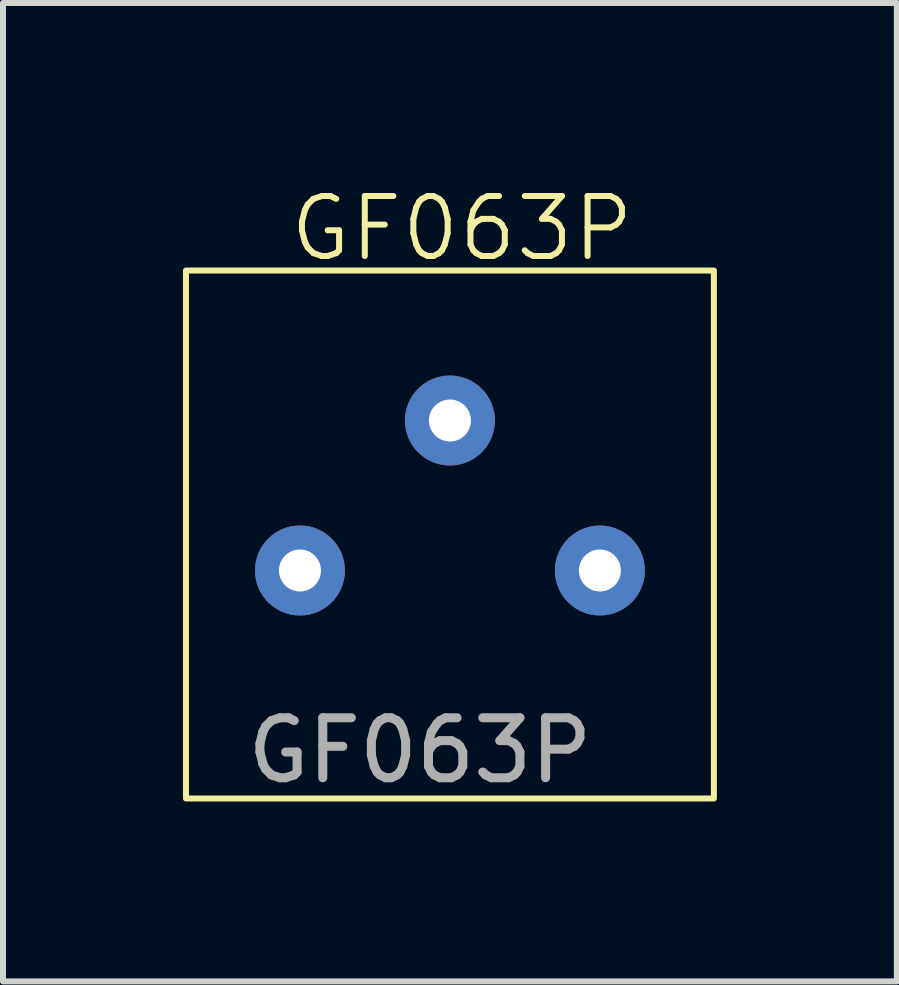
<source format=kicad_pcb>
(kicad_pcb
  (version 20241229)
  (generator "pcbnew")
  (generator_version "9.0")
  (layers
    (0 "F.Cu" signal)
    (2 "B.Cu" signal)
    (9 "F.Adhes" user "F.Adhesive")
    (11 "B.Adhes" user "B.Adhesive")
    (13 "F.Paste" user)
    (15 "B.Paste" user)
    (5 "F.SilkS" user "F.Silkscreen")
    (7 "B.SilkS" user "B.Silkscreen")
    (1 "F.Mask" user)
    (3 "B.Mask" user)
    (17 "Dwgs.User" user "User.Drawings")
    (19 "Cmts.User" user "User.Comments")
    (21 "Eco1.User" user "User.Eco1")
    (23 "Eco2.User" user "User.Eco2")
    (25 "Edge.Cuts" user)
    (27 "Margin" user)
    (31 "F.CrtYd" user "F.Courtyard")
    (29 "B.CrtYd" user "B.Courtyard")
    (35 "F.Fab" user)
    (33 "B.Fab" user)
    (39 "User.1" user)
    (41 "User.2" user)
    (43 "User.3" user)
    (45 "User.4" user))
  (footprint "GF063P"
    (layer "F.Cu")
    (at 1.95 6.46)
    (property "Reference" "GF063P" (at 2.7 -5.7 0) (unlocked yes) (layer "F.SilkS") (effects (font (size 1 1) (thickness 0.1))))
    (attr through_hole)
    (fp_rect (start -1.9 -5) (end 6.9 3.8) (stroke (width 0.1) (type default)) (fill no) (layer "F.SilkS"))
    (fp_text user "${REFERENCE}" (at 2 3 0) (unlocked yes) (layer "F.Fab") (effects (font (size 1 1) (thickness 0.15))))
    (pad "1" thru_hole circle (at 0 0) (size 1.5 1.5) (drill 0.7) (layers "*.Cu" "*.Mask"))
    (pad "2" thru_hole circle (at 2.5 -2.5) (size 1.5 1.5) (drill 0.7) (layers "*.Cu" "*.Mask"))
    (pad "3" thru_hole circle (at 5 0) (size 1.5 1.5) (drill 0.7) (layers "*.Cu" "*.Mask")))
  (gr_rect
    (start -3 -3)
    (end 11.9 13.31)
    (stroke (width 0.1) (type default))
    (fill no)
    (layer "Edge.Cuts")))
</source>
